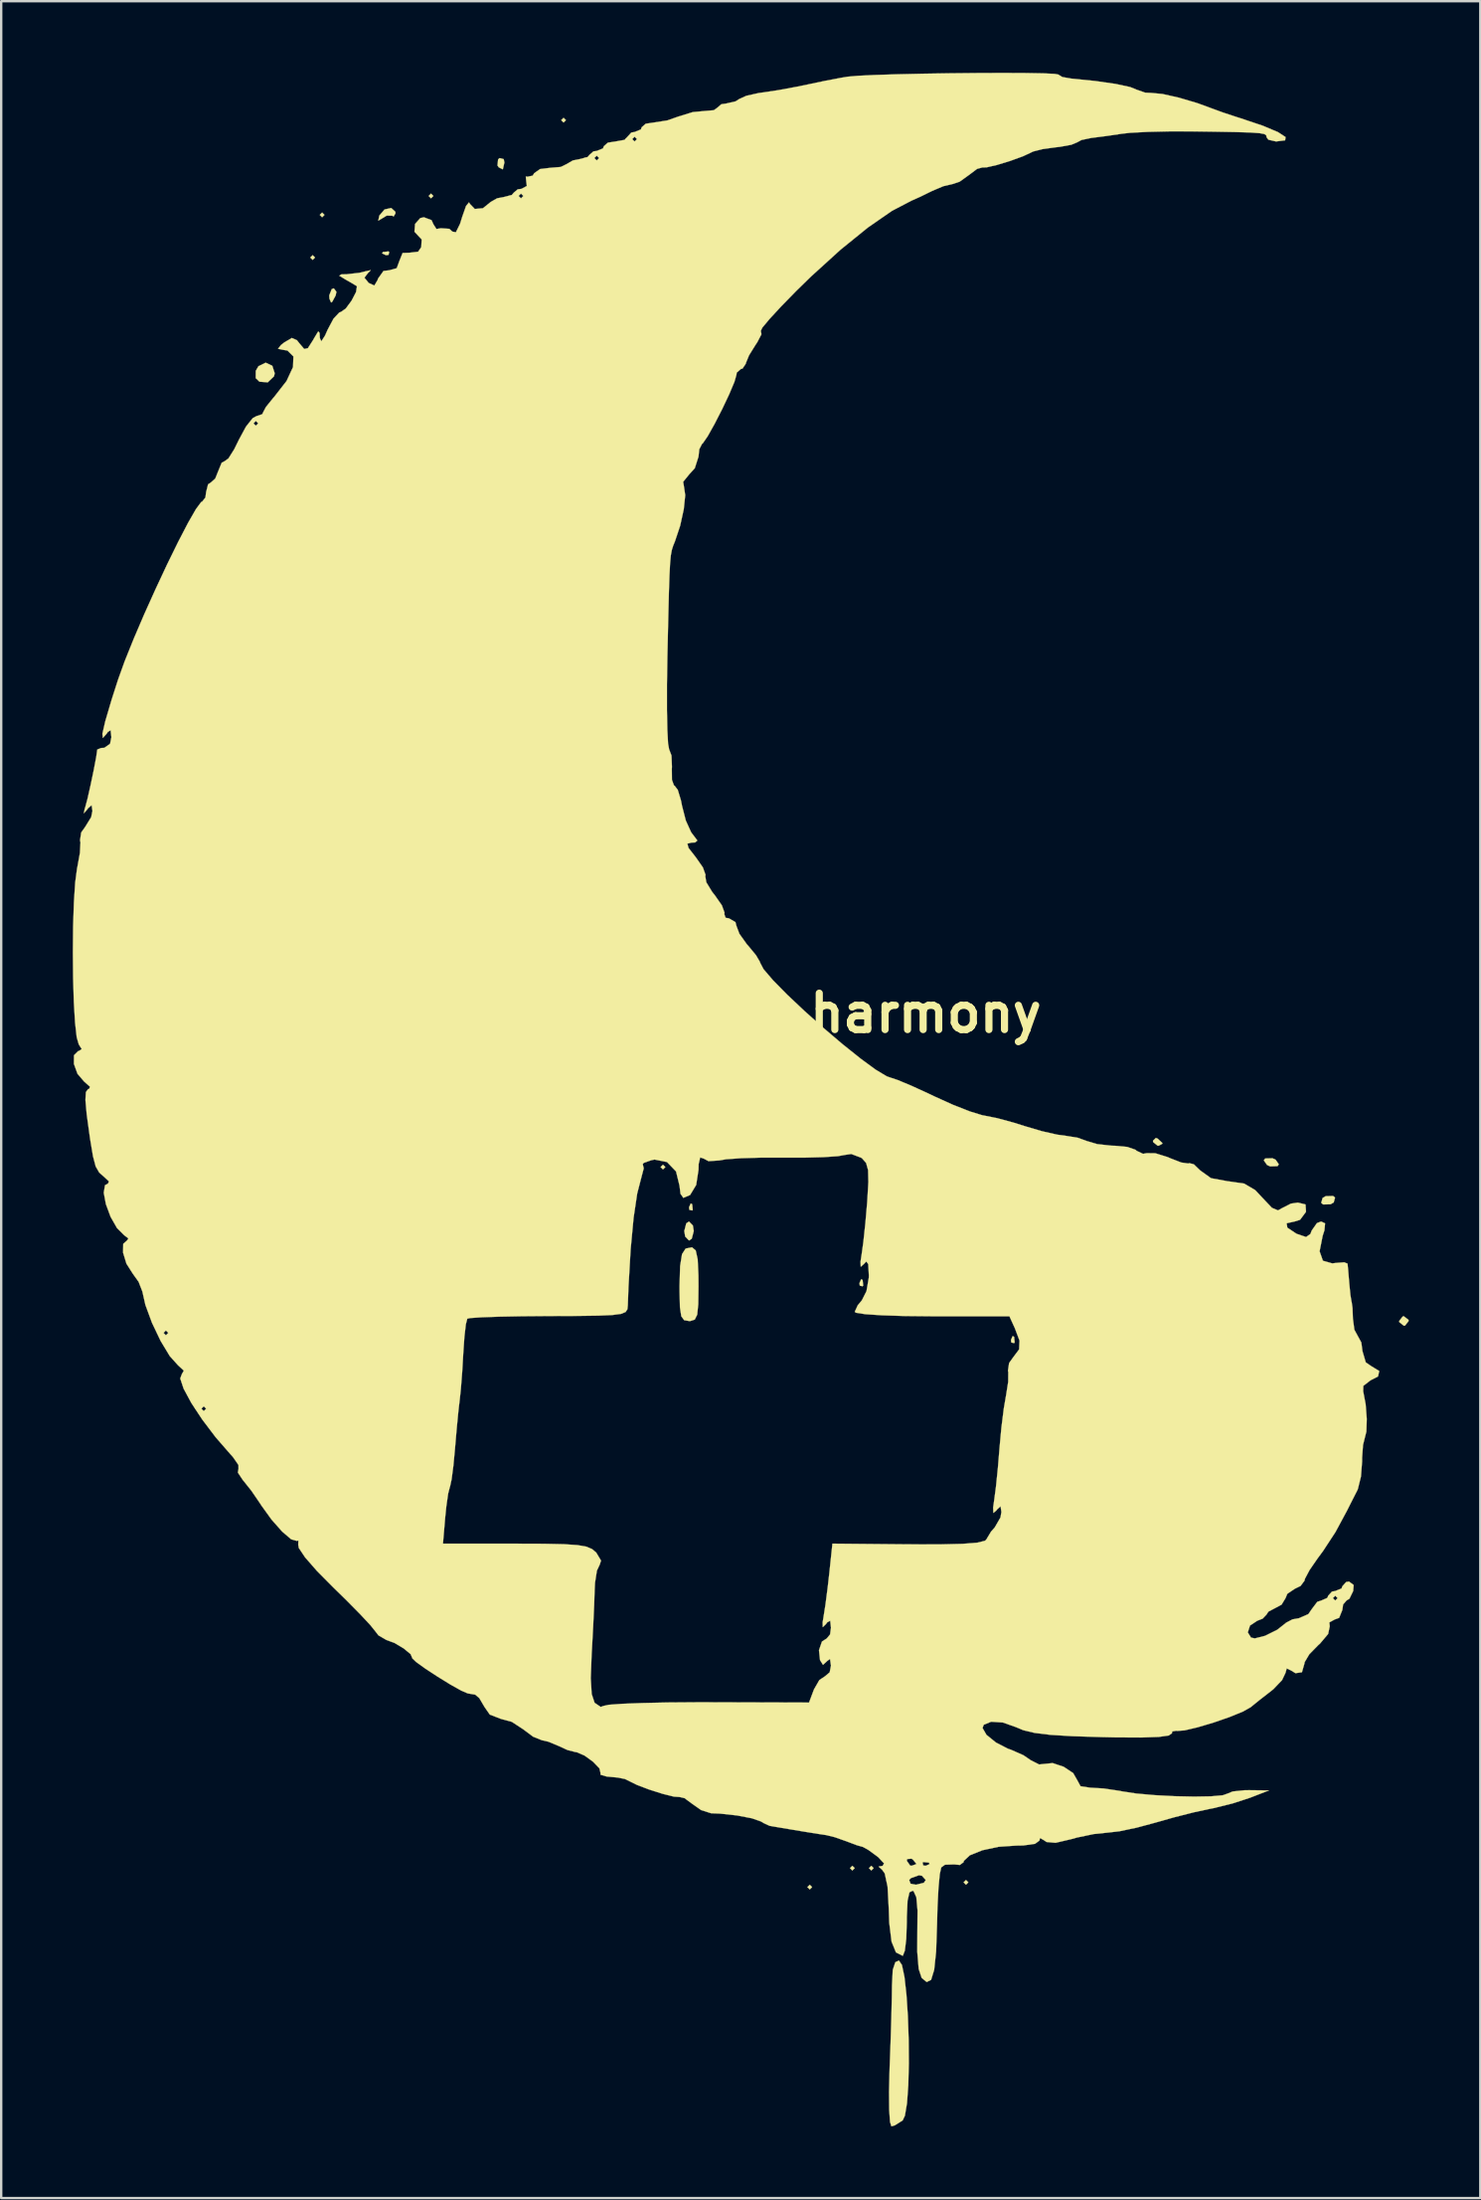
<source format=kicad_pcb>
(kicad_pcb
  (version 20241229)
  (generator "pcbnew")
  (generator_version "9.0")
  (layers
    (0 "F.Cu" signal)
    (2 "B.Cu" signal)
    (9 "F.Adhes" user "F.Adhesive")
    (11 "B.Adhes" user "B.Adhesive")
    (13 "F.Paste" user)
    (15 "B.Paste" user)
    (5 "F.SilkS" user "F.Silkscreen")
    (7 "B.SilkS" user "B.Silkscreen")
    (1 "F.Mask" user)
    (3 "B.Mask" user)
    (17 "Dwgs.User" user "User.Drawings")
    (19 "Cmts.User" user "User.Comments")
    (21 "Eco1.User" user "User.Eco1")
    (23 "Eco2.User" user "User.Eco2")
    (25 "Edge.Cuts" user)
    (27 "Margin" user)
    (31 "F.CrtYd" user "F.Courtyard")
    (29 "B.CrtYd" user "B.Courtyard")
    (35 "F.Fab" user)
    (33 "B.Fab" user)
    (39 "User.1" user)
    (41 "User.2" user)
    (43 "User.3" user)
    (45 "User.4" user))
  (footprint "harmony"
    (layer "F.Cu")
    (at 35.753 39.389)
    (property "Reference" "harmony" (at 0 0 0) (layer "F.SilkS") (effects (font (size 1.524 1.524) (thickness 0.3))))
    (attr through_hole)
    (fp_poly (pts (xy -25.598 -31.651) (xy -25.698 -31.552) (xy -25.797 -31.651) (xy -25.698 -31.75) (xy -25.598 -31.651)) (stroke (width 0.01) (type solid)) (fill yes) (layer "F.SilkS"))
    (fp_poly (pts (xy -25.202 -33.437) (xy -25.301 -33.337) (xy -25.4 -33.437) (xy -25.301 -33.536) (xy -25.202 -33.437)) (stroke (width 0.01) (type solid)) (fill yes) (layer "F.SilkS"))
    (fp_poly (pts (xy -20.637 -34.23) (xy -20.737 -34.131) (xy -20.836 -34.23) (xy -20.737 -34.33) (xy -20.637 -34.23)) (stroke (width 0.01) (type solid)) (fill yes) (layer "F.SilkS"))
    (fp_poly (pts (xy -15.081 -37.405) (xy -15.18 -37.306) (xy -15.28 -37.405) (xy -15.18 -37.505) (xy -15.081 -37.405)) (stroke (width 0.01) (type solid)) (fill yes) (layer "F.SilkS"))
    (fp_poly (pts (xy -10.914 6.449) (xy -11.013 6.548) (xy -11.113 6.449) (xy -11.013 6.35) (xy -10.914 6.449)) (stroke (width 0.01) (type solid)) (fill yes) (layer "F.SilkS"))
    (fp_poly (pts (xy -4.763 36.612) (xy -4.862 36.711) (xy -4.961 36.612) (xy -4.862 36.513) (xy -4.763 36.612)) (stroke (width 0.01) (type solid)) (fill yes) (layer "F.SilkS"))
    (fp_poly (pts (xy -2.977 35.818) (xy -3.076 35.917) (xy -3.175 35.818) (xy -3.076 35.719) (xy -2.977 35.818)) (stroke (width 0.01) (type solid)) (fill yes) (layer "F.SilkS"))
    (fp_poly (pts (xy -2.183 35.818) (xy -2.282 35.917) (xy -2.381 35.818) (xy -2.282 35.719) (xy -2.183 35.818)) (stroke (width 0.01) (type solid)) (fill yes) (layer "F.SilkS"))
    (fp_poly (pts (xy 1.786 36.413) (xy 1.687 36.513) (xy 1.587 36.413) (xy 1.687 36.314) (xy 1.786 36.413)) (stroke (width 0.01) (type solid)) (fill yes) (layer "F.SilkS"))
    (fp_poly (pts (xy -22.49 -31.882) (xy -22.517 -31.764) (xy -22.622 -31.75) (xy -22.785 -31.823) (xy -22.754 -31.882) (xy -22.519 -31.906) (xy -22.49 -31.882)) (stroke (width 0.01) (type solid)) (fill yes) (layer "F.SilkS"))
    (fp_poly (pts (xy -9.79 8.004) (xy -9.766 8.239) (xy -9.79 8.268) (xy -9.908 8.241) (xy -9.922 8.136) (xy -9.849 7.973) (xy -9.79 8.004)) (stroke (width 0.01) (type solid)) (fill yes) (layer "F.SilkS"))
    (fp_poly (pts (xy -2.646 11.179) (xy -2.622 11.414) (xy -2.646 11.443) (xy -2.764 11.416) (xy -2.778 11.311) (xy -2.706 11.148) (xy -2.646 11.179)) (stroke (width 0.01) (type solid)) (fill yes) (layer "F.SilkS"))
    (fp_poly (pts (xy 3.704 13.56) (xy 3.728 13.795) (xy 3.704 13.824) (xy 3.586 13.797) (xy 3.572 13.692) (xy 3.644 13.529) (xy 3.704 13.56)) (stroke (width 0.01) (type solid)) (fill yes) (layer "F.SilkS"))
    (fp_poly (pts (xy -17.69 -35.773) (xy -17.661 -35.631) (xy -17.726 -35.345) (xy -17.898 -35.43) (xy -17.95 -35.507) (xy -17.925 -35.761) (xy -17.863 -35.816) (xy -17.69 -35.773)) (stroke (width 0.01) (type solid)) (fill yes) (layer "F.SilkS"))
    (fp_poly (pts (xy -24.702 -30.215) (xy -24.733 -30.063) (xy -24.874 -29.802) (xy -24.925 -29.766) (xy -24.995 -29.928) (xy -25.003 -30.063) (xy -24.899 -30.327) (xy -24.811 -30.361) (xy -24.702 -30.215)) (stroke (width 0.01) (type solid)) (fill yes) (layer "F.SilkS"))
    (fp_poly (pts (xy -9.761 8.897) (xy -9.723 9.128) (xy -9.807 9.451) (xy -9.922 9.525) (xy -10.083 9.359) (xy -10.12 9.128) (xy -10.037 8.806) (xy -9.922 8.731) (xy -9.761 8.897)) (stroke (width 0.01) (type solid)) (fill yes) (layer "F.SilkS"))
    (fp_poly (pts (xy 9.723 5.259) (xy 9.913 5.437) (xy 9.922 5.469) (xy 9.768 5.554) (xy 9.723 5.556) (xy 9.533 5.404) (xy 9.525 5.346) (xy 9.647 5.228) (xy 9.723 5.259)) (stroke (width 0.01) (type solid)) (fill yes) (layer "F.SilkS"))
    (fp_poly (pts (xy 14.665 6.14) (xy 14.8 6.334) (xy 14.746 6.411) (xy 14.438 6.421) (xy 14.306 6.362) (xy 14.171 6.168) (xy 14.226 6.09) (xy 14.534 6.081) (xy 14.665 6.14)) (stroke (width 0.01) (type solid)) (fill yes) (layer "F.SilkS"))
    (fp_poly (pts (xy 17.157 7.727) (xy 17.101 7.931) (xy 16.972 8.007) (xy 16.66 8.016) (xy 16.577 7.95) (xy 16.634 7.746) (xy 16.763 7.669) (xy 17.075 7.661) (xy 17.157 7.727)) (stroke (width 0.01) (type solid)) (fill yes) (layer "F.SilkS"))
    (fp_poly (pts (xy 20.235 12.851) (xy 20.241 12.898) (xy 20.09 13.091) (xy 20.042 13.097) (xy 19.85 12.946) (xy 19.844 12.898) (xy 19.995 12.706) (xy 20.042 12.7) (xy 20.235 12.851)) (stroke (width 0.01) (type solid)) (fill yes) (layer "F.SilkS"))
    (fp_poly (pts (xy -27.389 -27.116) (xy -27.288 -26.802) (xy -27.318 -26.675) (xy -27.58 -26.423) (xy -27.928 -26.45) (xy -28.084 -26.599) (xy -28.082 -26.905) (xy -27.97 -27.098) (xy -27.667 -27.247) (xy -27.389 -27.116)) (stroke (width 0.01) (type solid)) (fill yes) (layer "F.SilkS"))
    (fp_poly (pts (xy -22.232 -33.568) (xy -22.225 -33.503) (xy -22.305 -33.369) (xy -22.356 -33.402) (xy -22.594 -33.407) (xy -22.757 -33.308) (xy -22.946 -33.195) (xy -22.906 -33.4) (xy -22.903 -33.409) (xy -22.684 -33.665) (xy -22.404 -33.726) (xy -22.232 -33.568)) (stroke (width 0.01) (type solid)) (fill yes) (layer "F.SilkS"))
    (fp_poly (pts (xy -9.641 9.943) (xy -9.559 10.316) (xy -9.528 10.992) (xy -9.525 11.443) (xy -9.535 12.194) (xy -9.579 12.631) (xy -9.681 12.838) (xy -9.863 12.897) (xy -9.922 12.898) (xy -10.126 12.863) (xy -10.245 12.701) (xy -10.302 12.329) (xy -10.318 11.666) (xy -10.319 11.431) (xy -10.295 10.597) (xy -10.215 10.097) (xy -10.07 9.872) (xy -10.04 9.858) (xy -9.795 9.811) (xy -9.641 9.943)) (stroke (width 0.01) (type solid)) (fill yes) (layer "F.SilkS"))
    (fp_poly (pts (xy -0.998 39.873) (xy -0.892 40.376) (xy -0.809 41.118) (xy -0.749 42.02) (xy -0.715 43.004) (xy -0.708 43.992) (xy -0.731 44.904) (xy -0.785 45.661) (xy -0.873 46.186) (xy -0.967 46.385) (xy -1.298 46.593) (xy -1.439 46.633) (xy -1.497 46.447) (xy -1.531 45.941) (xy -1.538 45.19) (xy -1.516 44.271) (xy -1.514 44.202) (xy -1.474 43.141) (xy -1.442 42.116) (xy -1.421 41.252) (xy -1.414 40.729) (xy -1.382 40.081) (xy -1.275 39.758) (xy -1.124 39.688) (xy -0.998 39.873)) (stroke (width 0.01) (type solid)) (fill yes) (layer "F.SilkS"))
    (fp_poly (pts (xy 4.17 -39.38) (xy 4.921 -39.367) (xy 5.406 -39.344) (xy 5.556 -39.316) (xy 5.728 -39.212) (xy 6.102 -39.147) (xy 7.109 -39.046) (xy 7.959 -38.924) (xy 8.569 -38.793) (xy 8.84 -38.683) (xy 9.196 -38.558) (xy 9.459 -38.546) (xy 9.924 -38.502) (xy 10.615 -38.347) (xy 11.389 -38.118) (xy 12.005 -37.892) (xy 12.451 -37.729) (xy 13.055 -37.53) (xy 13.196 -37.486) (xy 14.128 -37.173) (xy 14.764 -36.906) (xy 15.084 -36.697) (xy 15.064 -36.561) (xy 14.684 -36.513) (xy 14.362 -36.587) (xy 14.287 -36.69) (xy 14.274 -36.767) (xy 14.196 -36.823) (xy 13.994 -36.861) (xy 13.61 -36.888) (xy 12.987 -36.907) (xy 12.066 -36.923) (xy 11.212 -36.935) (xy 10.227 -36.936) (xy 9.306 -36.915) (xy 8.571 -36.876) (xy 8.235 -36.839) (xy 7.585 -36.743) (xy 7.015 -36.67) (xy 6.945 -36.662) (xy 6.529 -36.575) (xy 6.347 -36.477) (xy 6.102 -36.375) (xy 5.616 -36.287) (xy 5.45 -36.269) (xy 4.892 -36.192) (xy 4.502 -36.093) (xy 4.45 -36.068) (xy 4.077 -35.893) (xy 3.542 -35.699) (xy 2.986 -35.529) (xy 2.548 -35.428) (xy 2.375 -35.425) (xy 2.152 -35.364) (xy 1.824 -35.117) (xy 1.422 -34.829) (xy 1.116 -34.727) (xy 0.741 -34.64) (xy 0.264 -34.439) (xy -0.231 -34.196) (xy -0.595 -34.034) (xy -1.416 -33.606) (xy -2.426 -32.906) (xy -3.575 -31.976) (xy -4.808 -30.856) (xy -5.426 -30.253) (xy -6.056 -29.608) (xy -6.546 -29.078) (xy -6.848 -28.716) (xy -6.915 -28.575) (xy -6.912 -28.575) (xy -6.886 -28.437) (xy -7.064 -28.096) (xy -7.13 -27.999) (xy -7.406 -27.555) (xy -7.539 -27.23) (xy -7.541 -27.205) (xy -7.681 -26.997) (xy -7.739 -26.988) (xy -7.922 -26.831) (xy -7.935 -26.739) (xy -8.018 -26.445) (xy -8.235 -25.93) (xy -8.531 -25.304) (xy -8.851 -24.68) (xy -9.139 -24.166) (xy -9.341 -23.873) (xy -9.376 -23.846) (xy -9.492 -23.62) (xy -9.525 -23.311) (xy -9.679 -22.828) (xy -9.909 -22.574) (xy -10.167 -22.256) (xy -10.133 -22.047) (xy -10.081 -21.696) (xy -10.142 -21.107) (xy -10.293 -20.417) (xy -10.512 -19.761) (xy -10.519 -19.745) (xy -10.589 -19.572) (xy -10.643 -19.399) (xy -10.685 -19.172) (xy -10.716 -18.835) (xy -10.742 -18.334) (xy -10.766 -17.614) (xy -10.791 -16.619) (xy -10.821 -15.294) (xy -10.829 -14.944) (xy -10.847 -13.755) (xy -10.847 -12.708) (xy -10.831 -11.864) (xy -10.8 -11.287) (xy -10.754 -11.038) (xy -10.75 -11.035) (xy -10.657 -10.789) (xy -10.638 -10.317) (xy -10.643 -10.23) (xy -10.637 -9.768) (xy -10.551 -9.533) (xy -10.526 -9.525) (xy -10.392 -9.349) (xy -10.259 -8.907) (xy -10.215 -8.682) (xy -10.057 -8.067) (xy -9.835 -7.579) (xy -9.77 -7.491) (xy -9.572 -7.23) (xy -9.666 -7.149) (xy -9.81 -7.144) (xy -9.993 -7.099) (xy -9.941 -6.917) (xy -9.641 -6.532) (xy -9.342 -6.105) (xy -9.228 -5.789) (xy -9.24 -5.734) (xy -9.197 -5.48) (xy -8.949 -5.073) (xy -8.843 -4.94) (xy -8.546 -4.516) (xy -8.432 -4.203) (xy -8.444 -4.15) (xy -8.389 -3.994) (xy -8.247 -3.969) (xy -7.976 -3.811) (xy -7.938 -3.662) (xy -7.81 -3.321) (xy -7.499 -2.885) (xy -7.441 -2.821) (xy -7.115 -2.427) (xy -6.95 -2.146) (xy -6.945 -2.118) (xy -6.798 -1.84) (xy -6.398 -1.373) (xy -5.806 -0.772) (xy -5.083 -0.09) (xy -4.289 0.619) (xy -3.487 1.301) (xy -2.736 1.902) (xy -2.099 2.369) (xy -1.636 2.647) (xy -1.485 2.7) (xy -1.171 2.804) (xy -0.606 3.04) (xy 0.105 3.365) (xy 0.356 3.485) (xy 1.136 3.838) (xy 1.851 4.119) (xy 2.375 4.279) (xy 2.469 4.296) (xy 2.987 4.399) (xy 3.688 4.589) (xy 4.155 4.736) (xy 4.867 4.946) (xy 5.512 5.092) (xy 5.815 5.131) (xy 6.374 5.222) (xy 6.744 5.356) (xy 7.184 5.487) (xy 7.79 5.554) (xy 7.913 5.556) (xy 8.448 5.605) (xy 8.796 5.726) (xy 8.839 5.768) (xy 9.109 5.895) (xy 9.266 5.867) (xy 9.628 5.872) (xy 10.142 6.032) (xy 10.245 6.078) (xy 10.712 6.259) (xy 11.013 6.301) (xy 11.045 6.285) (xy 11.237 6.333) (xy 11.502 6.588) (xy 11.957 6.915) (xy 12.681 7.048) (xy 12.708 7.049) (xy 13.35 7.142) (xy 13.812 7.415) (xy 14.129 7.753) (xy 14.512 8.157) (xy 14.768 8.264) (xy 14.921 8.177) (xy 15.306 7.981) (xy 15.598 7.938) (xy 15.919 8.015) (xy 15.939 8.309) (xy 15.932 8.334) (xy 15.69 8.659) (xy 15.455 8.731) (xy 15.129 8.803) (xy 15.156 8.986) (xy 15.523 9.232) (xy 15.572 9.255) (xy 15.943 9.379) (xy 16.123 9.253) (xy 16.18 9.106) (xy 16.398 8.796) (xy 16.573 8.731) (xy 16.739 8.807) (xy 16.712 9.099) (xy 16.638 9.329) (xy 16.509 9.978) (xy 16.648 10.373) (xy 17.043 10.485) (xy 17.167 10.468) (xy 17.543 10.439) (xy 17.68 10.495) (xy 17.706 10.757) (xy 17.746 11.239) (xy 17.752 11.311) (xy 17.8 11.802) (xy 17.848 12.09) (xy 17.854 12.105) (xy 17.889 12.354) (xy 17.905 12.799) (xy 17.967 13.263) (xy 18.107 13.521) (xy 18.258 13.796) (xy 18.306 14.16) (xy 18.444 14.63) (xy 18.678 14.791) (xy 19.009 14.993) (xy 18.958 15.222) (xy 18.645 15.382) (xy 18.342 15.616) (xy 18.336 15.841) (xy 18.439 16.382) (xy 18.486 17.001) (xy 18.47 17.53) (xy 18.408 17.774) (xy 18.329 18.093) (xy 18.291 18.626) (xy 18.291 18.779) (xy 18.243 19.411) (xy 18.112 19.94) (xy 18.081 20.008) (xy 17.813 20.534) (xy 17.661 20.836) (xy 17.173 21.742) (xy 16.657 22.529) (xy 16.421 22.849) (xy 16.091 23.327) (xy 15.897 23.691) (xy 15.875 23.778) (xy 15.711 23.997) (xy 15.478 24.11) (xy 15.156 24.325) (xy 15.081 24.507) (xy 14.916 24.779) (xy 14.684 24.904) (xy 14.364 25.072) (xy 14.287 25.192) (xy 14.123 25.366) (xy 13.891 25.457) (xy 13.592 25.656) (xy 13.5 25.942) (xy 13.635 26.159) (xy 13.794 26.194) (xy 14.225 26.085) (xy 14.732 25.833) (xy 15.089 25.552) (xy 15.099 25.539) (xy 15.372 25.397) (xy 15.645 25.348) (xy 16.037 25.176) (xy 16.186 24.961) (xy 16.412 24.662) (xy 16.583 24.606) (xy 16.81 24.507) (xy 17.066 24.507) (xy 17.165 24.606) (xy 17.264 24.507) (xy 17.165 24.408) (xy 17.066 24.507) (xy 16.81 24.507) (xy 16.838 24.495) (xy 16.867 24.408) (xy 17.028 24.232) (xy 17.165 24.209) (xy 17.429 24.102) (xy 17.462 24.011) (xy 17.622 23.832) (xy 17.742 23.812) (xy 17.937 23.958) (xy 17.917 24.209) (xy 17.76 24.531) (xy 17.638 24.606) (xy 17.495 24.773) (xy 17.462 25.003) (xy 17.329 25.333) (xy 17.144 25.4) (xy 16.918 25.523) (xy 16.935 25.688) (xy 16.867 26.008) (xy 16.523 26.415) (xy 16.46 26.469) (xy 16.08 26.856) (xy 15.883 27.188) (xy 15.875 27.239) (xy 15.769 27.611) (xy 15.497 27.651) (xy 15.348 27.557) (xy 15.131 27.45) (xy 15.081 27.635) (xy 14.935 27.942) (xy 14.572 28.321) (xy 14.469 28.404) (xy 14.008 28.762) (xy 13.664 29.04) (xy 13.625 29.073) (xy 13.294 29.26) (xy 12.734 29.488) (xy 12.063 29.72) (xy 11.395 29.918) (xy 10.846 30.047) (xy 10.532 30.069) (xy 10.513 30.061) (xy 10.334 30.09) (xy 10.319 30.168) (xy 10.187 30.261) (xy 9.77 30.32) (xy 9.036 30.345) (xy 7.952 30.34) (xy 7.392 30.328) (xy 6.146 30.29) (xy 5.227 30.234) (xy 4.565 30.153) (xy 4.089 30.039) (xy 3.785 29.912) (xy 3.234 29.717) (xy 2.743 29.684) (xy 2.432 29.811) (xy 2.381 29.947) (xy 2.544 30.231) (xy 2.943 30.555) (xy 3.442 30.813) (xy 3.572 30.857) (xy 4.096 31.088) (xy 4.403 31.297) (xy 4.754 31.475) (xy 4.96 31.453) (xy 5.321 31.417) (xy 5.783 31.572) (xy 6.181 31.836) (xy 6.35 32.131) (xy 6.489 32.387) (xy 6.896 32.448) (xy 7.456 32.48) (xy 8.128 32.58) (xy 8.235 32.602) (xy 8.825 32.692) (xy 9.591 32.76) (xy 10.434 32.804) (xy 11.258 32.821) (xy 11.963 32.809) (xy 12.452 32.765) (xy 12.624 32.704) (xy 12.867 32.606) (xy 13.355 32.555) (xy 13.555 32.552) (xy 14.387 32.561) (xy 13.593 32.869) (xy 12.859 33.108) (xy 12.057 33.306) (xy 11.906 33.335) (xy 11.244 33.477) (xy 10.398 33.692) (xy 9.625 33.911) (xy 8.841 34.122) (xy 8.121 34.273) (xy 7.622 34.33) (xy 7.047 34.389) (xy 6.34 34.536) (xy 6.099 34.603) (xy 5.443 34.756) (xy 5.064 34.723) (xy 4.977 34.663) (xy 4.793 34.554) (xy 4.763 34.666) (xy 4.579 34.799) (xy 4.086 34.868) (xy 3.789 34.873) (xy 3.054 34.923) (xy 2.372 35.069) (xy 1.851 35.278) (xy 1.597 35.514) (xy 1.587 35.568) (xy 1.43 35.684) (xy 1.191 35.661) (xy 0.807 35.674) (xy 0.65 35.787) (xy 0.588 36.07) (xy 0.533 36.658) (xy 0.492 37.457) (xy 0.474 38.167) (xy 0.435 39.309) (xy 0.354 40.079) (xy 0.225 40.498) (xy 0.04 40.588) (xy -0.171 40.416) (xy -0.295 40.04) (xy -0.355 39.322) (xy -0.351 38.492) (xy -0.343 37.59) (xy -0.394 37.035) (xy -0.509 36.784) (xy -0.546 36.764) (xy -0.683 36.83) (xy -0.762 37.179) (xy -0.793 37.862) (xy -0.794 38.083) (xy -0.816 38.773) (xy -0.876 39.274) (xy -0.959 39.487) (xy -0.968 39.489) (xy -1.248 39.347) (xy -1.432 38.899) (xy -1.529 38.111) (xy -1.549 37.522) (xy -1.599 36.594) (xy -1.659 36.314) (xy -0.695 36.314) (xy -0.634 36.47) (xy -0.409 36.513) (xy -0.08 36.432) (xy 0 36.314) (xy -0.16 36.136) (xy -0.286 36.116) (xy -0.624 36.237) (xy -0.695 36.314) (xy -1.659 36.314) (xy -1.718 36.04) (xy -1.826 35.888) (xy -1.976 35.752) (xy -1.809 35.722) (xy -1.746 35.622) (xy -1.851 35.509) (xy -0.794 35.509) (xy -0.65 35.711) (xy -0.595 35.719) (xy -0.402 35.651) (xy -0.397 35.631) (xy -0.434 35.586) (xy -0.132 35.586) (xy -0.105 35.704) (xy 0 35.719) (xy 0.163 35.646) (xy 0.132 35.586) (xy -0.103 35.563) (xy -0.132 35.586) (xy -0.434 35.586) (xy -0.536 35.462) (xy -0.595 35.421) (xy -0.778 35.437) (xy -0.794 35.509) (xy -1.851 35.509) (xy -1.981 35.368) (xy -2.039 35.322) (xy -2.416 35.048) (xy -2.642 34.925) (xy -2.648 34.925) (xy -2.888 34.858) (xy -3.311 34.698) (xy -3.814 34.521) (xy -4.167 34.434) (xy -4.49 34.386) (xy -5.052 34.296) (xy -5.702 34.188) (xy -6.29 34.089) (xy -6.548 34.044) (xy -6.784 33.935) (xy -6.905 33.863) (xy -7.285 33.73) (xy -7.907 33.611) (xy -8.614 33.534) (xy -8.999 33.518) (xy -9.414 33.386) (xy -9.773 33.135) (xy -10.11 32.886) (xy -10.313 32.838) (xy -10.556 32.822) (xy -11.03 32.704) (xy -11.593 32.525) (xy -12.107 32.33) (xy -12.392 32.189) (xy -12.605 32.084) (xy -12.907 32.023) (xy -13.378 31.979) (xy -13.633 31.903) (xy -13.633 31.823) (xy -13.678 31.637) (xy -13.943 31.361) (xy -14.303 31.101) (xy -14.63 30.961) (xy -14.679 30.956) (xy -15.021 30.868) (xy -15.342 30.72) (xy -15.81 30.523) (xy -16.093 30.458) (xy -16.457 30.311) (xy -16.875 29.999) (xy -17.35 29.689) (xy -17.802 29.567) (xy -18.272 29.385) (xy -18.491 29.071) (xy -18.712 28.697) (xy -18.883 28.55) (xy -19.199 28.497) (xy -19.475 28.378) (xy -19.931 28.122) (xy -20.465 27.793) (xy -20.977 27.458) (xy -21.364 27.179) (xy -21.526 27.023) (xy -21.523 27.014) (xy -21.591 26.854) (xy -21.883 26.613) (xy -22.265 26.385) (xy -22.604 26.261) (xy -22.606 26.26) (xy -22.94 26.066) (xy -23.067 25.902) (xy -23.277 25.64) (xy -23.709 25.177) (xy -24.295 24.584) (xy -24.825 24.066) (xy -25.519 23.367) (xy -26.016 22.798) (xy -26.277 22.407) (xy -26.302 22.276) (xy -26.3 22.225) (xy -20.236 22.225) (xy -17.193 22.225) (xy -16.017 22.229) (xy -15.173 22.247) (xy -14.595 22.286) (xy -14.219 22.352) (xy -13.98 22.454) (xy -13.813 22.598) (xy -13.809 22.602) (xy -13.61 22.934) (xy -13.664 23.101) (xy -13.783 23.355) (xy -13.863 23.863) (xy -13.878 24.162) (xy -13.899 24.811) (xy -13.94 25.69) (xy -13.991 26.633) (xy -14.004 26.854) (xy -14.041 27.861) (xy -14.002 28.521) (xy -13.884 28.879) (xy -13.87 28.897) (xy -13.623 29.065) (xy -13.511 29.024) (xy -13.287 28.975) (xy -12.725 28.934) (xy -11.885 28.901) (xy -10.828 28.878) (xy -9.611 28.869) (xy -9.143 28.869) (xy -4.892 28.881) (xy -4.685 28.331) (xy -4.459 27.938) (xy -4.223 27.781) (xy -4.026 27.614) (xy -3.972 27.335) (xy -4.012 27.054) (xy -4.137 27.145) (xy -4.143 27.153) (xy -4.306 27.302) (xy -4.431 27.103) (xy -4.475 26.688) (xy -4.35 26.326) (xy -4.146 26.194) (xy -4.009 26.026) (xy -3.972 25.747) (xy -4.003 25.454) (xy -4.126 25.518) (xy -4.186 25.598) (xy -4.316 25.723) (xy -4.321 25.516) (xy -4.285 25.301) (xy -4.203 24.777) (xy -4.108 24.043) (xy -4.042 23.465) (xy -3.911 22.224) (xy -0.725 22.253) (xy 0.599 22.255) (xy 1.556 22.232) (xy 2.176 22.181) (xy 2.488 22.102) (xy 2.538 22.052) (xy 2.736 21.723) (xy 2.895 21.541) (xy 3.132 21.13) (xy 3.172 20.9) (xy 3.138 20.659) (xy 2.993 20.789) (xy 2.959 20.836) (xy 2.836 20.939) (xy 2.825 20.714) (xy 2.869 20.404) (xy 2.945 19.829) (xy 3.026 19.034) (xy 3.093 18.221) (xy 3.171 17.371) (xy 3.272 16.564) (xy 3.369 15.999) (xy 3.457 15.445) (xy 3.46 15.038) (xy 3.446 14.983) (xy 3.494 14.66) (xy 3.66 14.426) (xy 3.914 14.087) (xy 3.931 13.719) (xy 3.738 13.205) (xy 3.508 12.7) (xy 0.266 12.7) (xy -0.879 12.689) (xy -1.828 12.659) (xy -2.526 12.613) (xy -2.914 12.554) (xy -2.977 12.516) (xy -2.85 12.239) (xy -2.679 12.034) (xy -2.483 11.646) (xy -2.386 11.08) (xy -2.384 10.978) (xy -2.409 10.517) (xy -2.491 10.405) (xy -2.599 10.517) (xy -2.724 10.626) (xy -2.733 10.409) (xy -2.688 10.12) (xy -2.613 9.577) (xy -2.53 8.799) (xy -2.456 7.946) (xy -2.451 7.876) (xy -2.404 7.076) (xy -2.416 6.575) (xy -2.5 6.276) (xy -2.67 6.084) (xy -2.704 6.059) (xy -3.119 5.902) (xy -3.371 5.937) (xy -3.681 5.993) (xy -4.296 6.034) (xy -5.122 6.055) (xy -5.953 6.054) (xy -6.905 6.054) (xy -7.742 6.078) (xy -8.366 6.122) (xy -8.656 6.172) (xy -9.106 6.201) (xy -9.301 6.097) (xy -9.454 6.045) (xy -9.519 6.323) (xy -9.525 6.568) (xy -9.622 7.198) (xy -9.877 7.62) (xy -10.16 7.739) (xy -10.279 7.569) (xy -10.319 7.235) (xy -10.466 6.633) (xy -10.847 6.238) (xy -11.367 6.134) (xy -11.509 6.164) (xy -11.824 6.277) (xy -11.862 6.33) (xy -11.82 6.503) (xy -11.92 6.883) (xy -12.094 7.556) (xy -12.246 8.578) (xy -12.369 9.899) (xy -12.46 11.472) (xy -12.488 12.244) (xy -12.505 12.405) (xy -12.58 12.521) (xy -12.772 12.599) (xy -13.136 12.647) (xy -13.727 12.673) (xy -14.604 12.685) (xy -15.807 12.689) (xy -16.912 12.698) (xy -17.872 12.716) (xy -18.621 12.742) (xy -19.09 12.774) (xy -19.216 12.8) (xy -19.277 13.036) (xy -19.337 13.556) (xy -19.384 14.24) (xy -19.43 15.031) (xy -19.486 15.747) (xy -19.531 16.173) (xy -19.589 16.671) (xy -19.66 17.406) (xy -19.73 18.22) (xy -19.73 18.227) (xy -19.799 18.959) (xy -19.874 19.533) (xy -19.94 19.837) (xy -19.947 19.85) (xy -20.018 20.125) (xy -20.095 20.661) (xy -20.142 21.119) (xy -20.236 22.225) (xy -26.3 22.225) (xy -26.296 22.093) (xy -26.364 22.108) (xy -26.6 22.041) (xy -26.976 21.719) (xy -27.419 21.219) (xy -27.853 20.617) (xy -27.903 20.538) (xy -28.271 20.001) (xy -28.632 19.549) (xy -28.833 19.245) (xy -28.806 19.094) (xy -28.808 18.93) (xy -29.038 18.597) (xy -29.145 18.478) (xy -29.765 17.766) (xy -30.325 17.026) (xy -30.626 16.57) (xy -30.361 16.57) (xy -30.262 16.669) (xy -30.163 16.57) (xy -30.262 16.47) (xy -30.361 16.57) (xy -30.626 16.57) (xy -30.787 16.325) (xy -31.108 15.729) (xy -31.249 15.305) (xy -31.181 15.123) (xy -31.098 14.978) (xy -31.346 14.747) (xy -31.687 14.367) (xy -32.07 13.733) (xy -32.231 13.395) (xy -31.948 13.395) (xy -31.849 13.494) (xy -31.75 13.395) (xy -31.849 13.295) (xy -31.948 13.395) (xy -32.231 13.395) (xy -32.432 12.975) (xy -32.709 12.223) (xy -32.836 11.661) (xy -32.993 11.257) (xy -33.238 10.914) (xy -33.504 10.495) (xy -33.644 10.036) (xy -33.638 9.666) (xy -33.473 9.519) (xy -33.423 9.438) (xy -33.597 9.305) (xy -33.901 9.002) (xy -34.169 8.531) (xy -34.365 8.001) (xy -34.454 7.524) (xy -34.402 7.209) (xy -34.278 7.144) (xy -34.237 7.051) (xy -34.425 6.874) (xy -34.644 6.68) (xy -34.792 6.423) (xy -34.905 5.996) (xy -35.022 5.295) (xy -35.042 5.159) (xy -35.169 4.235) (xy -35.222 3.638) (xy -35.202 3.308) (xy -35.11 3.182) (xy -35.063 3.175) (xy -35.033 3.083) (xy -35.278 2.866) (xy -35.555 2.542) (xy -35.705 2.128) (xy -35.702 1.764) (xy -35.525 1.589) (xy -35.496 1.587) (xy -35.377 1.507) (xy -35.5 1.314) (xy -35.588 1.012) (xy -35.657 0.395) (xy -35.708 -0.459) (xy -35.738 -1.47) (xy -35.748 -2.556) (xy -35.738 -3.639) (xy -35.705 -4.637) (xy -35.651 -5.471) (xy -35.573 -6.062) (xy -35.559 -6.126) (xy -35.453 -6.708) (xy -35.43 -7.146) (xy -35.448 -7.242) (xy -35.4 -7.565) (xy -35.234 -7.799) (xy -34.981 -8.209) (xy -34.928 -8.469) (xy -34.962 -8.71) (xy -35.109 -8.582) (xy -35.145 -8.533) (xy -35.287 -8.37) (xy -35.256 -8.546) (xy -35.228 -8.632) (xy -35.133 -8.988) (xy -35.006 -9.551) (xy -34.875 -10.177) (xy -34.772 -10.719) (xy -34.727 -11.031) (xy -34.727 -11.04) (xy -34.564 -11.105) (xy -34.429 -11.113) (xy -34.189 -11.282) (xy -34.134 -11.559) (xy -34.166 -11.849) (xy -34.282 -11.778) (xy -34.33 -11.708) (xy -34.491 -11.526) (xy -34.511 -11.7) (xy -34.388 -12.234) (xy -34.123 -13.132) (xy -33.852 -13.975) (xy -33.576 -14.742) (xy -33.202 -15.671) (xy -32.762 -16.698) (xy -32.283 -17.761) (xy -31.798 -18.797) (xy -31.334 -19.742) (xy -30.922 -20.534) (xy -30.592 -21.109) (xy -30.374 -21.405) (xy -30.326 -21.431) (xy -30.193 -21.598) (xy -30.163 -21.828) (xy -30.081 -22.151) (xy -29.968 -22.225) (xy -29.78 -22.393) (xy -29.649 -22.72) (xy -29.51 -23.056) (xy -29.379 -23.125) (xy -29.226 -23.238) (xy -28.983 -23.625) (xy -28.789 -24.019) (xy -28.494 -24.566) (xy -28.383 -24.705) (xy -28.178 -24.705) (xy -28.079 -24.606) (xy -27.98 -24.705) (xy -28.079 -24.805) (xy -28.178 -24.705) (xy -28.383 -24.705) (xy -28.21 -24.923) (xy -28.063 -25.003) (xy -27.809 -25.089) (xy -27.781 -25.154) (xy -27.658 -25.388) (xy -27.358 -25.76) (xy -27.313 -25.81) (xy -26.793 -26.477) (xy -26.521 -27.062) (xy -26.504 -27.507) (xy -26.755 -27.755) (xy -26.959 -27.788) (xy -27.15 -27.829) (xy -27.027 -27.985) (xy -26.891 -28.092) (xy -26.571 -28.282) (xy -26.357 -28.188) (xy -26.248 -28.051) (xy -26.051 -27.82) (xy -25.898 -27.854) (xy -25.682 -28.191) (xy -25.634 -28.277) (xy -25.464 -28.558) (xy -25.408 -28.493) (xy -25.396 -28.277) (xy -25.335 -28.141) (xy -25.177 -28.385) (xy -25.071 -28.625) (xy -24.822 -29.093) (xy -24.578 -29.351) (xy -24.518 -29.369) (xy -24.311 -29.513) (xy -24.067 -29.844) (xy -23.879 -30.205) (xy -23.842 -30.442) (xy -23.855 -30.457) (xy -24.052 -30.577) (xy -24.309 -30.723) (xy -24.583 -30.891) (xy -24.498 -30.944) (xy -24.275 -30.95) (xy -23.739 -31.011) (xy -23.481 -31.074) (xy -23.261 -31.121) (xy -23.375 -31.007) (xy -23.527 -30.807) (xy -23.35 -30.587) (xy -23.112 -30.477) (xy -22.974 -30.712) (xy -22.959 -30.766) (xy -22.729 -31.089) (xy -22.488 -31.117) (xy -22.174 -31.204) (xy -22.061 -31.511) (xy -21.928 -31.842) (xy -21.638 -31.852) (xy -21.277 -31.895) (xy -21.146 -32.088) (xy -21.127 -32.407) (xy -21.221 -32.507) (xy -21.43 -32.732) (xy -21.405 -33.059) (xy -21.187 -33.304) (xy -21.034 -33.337) (xy -20.713 -33.216) (xy -20.637 -33.046) (xy -20.509 -32.847) (xy -20.32 -32.877) (xy -19.967 -32.853) (xy -19.841 -32.737) (xy -19.694 -32.71) (xy -19.519 -33.066) (xy -19.43 -33.353) (xy -19.269 -33.811) (xy -19.144 -33.962) (xy -19.103 -33.894) (xy -18.901 -33.685) (xy -18.56 -33.716) (xy -18.243 -33.972) (xy -18.238 -33.978) (xy -17.965 -34.132) (xy -17.693 -34.183) (xy -17.509 -34.23) (xy -17.066 -34.23) (xy -16.966 -34.131) (xy -16.867 -34.23) (xy -16.966 -34.33) (xy -17.066 -34.23) (xy -17.509 -34.23) (xy -17.353 -34.27) (xy -17.264 -34.372) (xy -17.101 -34.508) (xy -16.945 -34.528) (xy -16.721 -34.648) (xy -16.744 -34.836) (xy -16.764 -35.044) (xy -16.687 -35.036) (xy -16.474 -35.082) (xy -16.414 -35.182) (xy -16.167 -35.357) (xy -15.749 -35.408) (xy -15.299 -35.445) (xy -15.063 -35.56) (xy -14.79 -35.718) (xy -14.518 -35.771) (xy -14.334 -35.818) (xy -13.891 -35.818) (xy -13.791 -35.719) (xy -13.692 -35.818) (xy -13.791 -35.917) (xy -13.891 -35.818) (xy -14.334 -35.818) (xy -14.178 -35.858) (xy -14.089 -35.959) (xy -13.928 -36.098) (xy -13.791 -36.116) (xy -13.527 -36.223) (xy -13.494 -36.314) (xy -13.324 -36.463) (xy -12.998 -36.513) (xy -12.625 -36.58) (xy -12.595 -36.612) (xy -12.303 -36.612) (xy -12.204 -36.513) (xy -12.105 -36.612) (xy -12.204 -36.711) (xy -12.303 -36.612) (xy -12.595 -36.612) (xy -12.502 -36.711) (xy -12.341 -36.887) (xy -12.204 -36.909) (xy -11.94 -37.017) (xy -11.906 -37.108) (xy -11.736 -37.256) (xy -11.4 -37.306) (xy -10.834 -37.394) (xy -10.359 -37.56) (xy -9.763 -37.743) (xy -9.277 -37.788) (xy -8.881 -37.822) (xy -8.731 -37.931) (xy -8.567 -38.073) (xy -8.374 -38.1) (xy -7.965 -38.195) (xy -7.828 -38.285) (xy -7.523 -38.425) (xy -6.999 -38.542) (xy -6.846 -38.563) (xy -6.176 -38.663) (xy -5.365 -38.813) (xy -4.961 -38.897) (xy -4.228 -39.051) (xy -3.557 -39.179) (xy -3.274 -39.226) (xy -2.842 -39.264) (xy -2.13 -39.298) (xy -1.208 -39.327) (xy -0.144 -39.351) (xy 0.994 -39.369) (xy 2.138 -39.38) (xy 3.219 -39.384) (xy 4.17 -39.38)) (stroke (width 0.01) (type solid)) (fill yes) (layer "F.SilkS")))
  (gr_rect
    (start -3 -3)
    (end 58.999 89.027)
    (stroke (width 0.1) (type default))
    (fill no)
    (layer "Edge.Cuts")))
</source>
